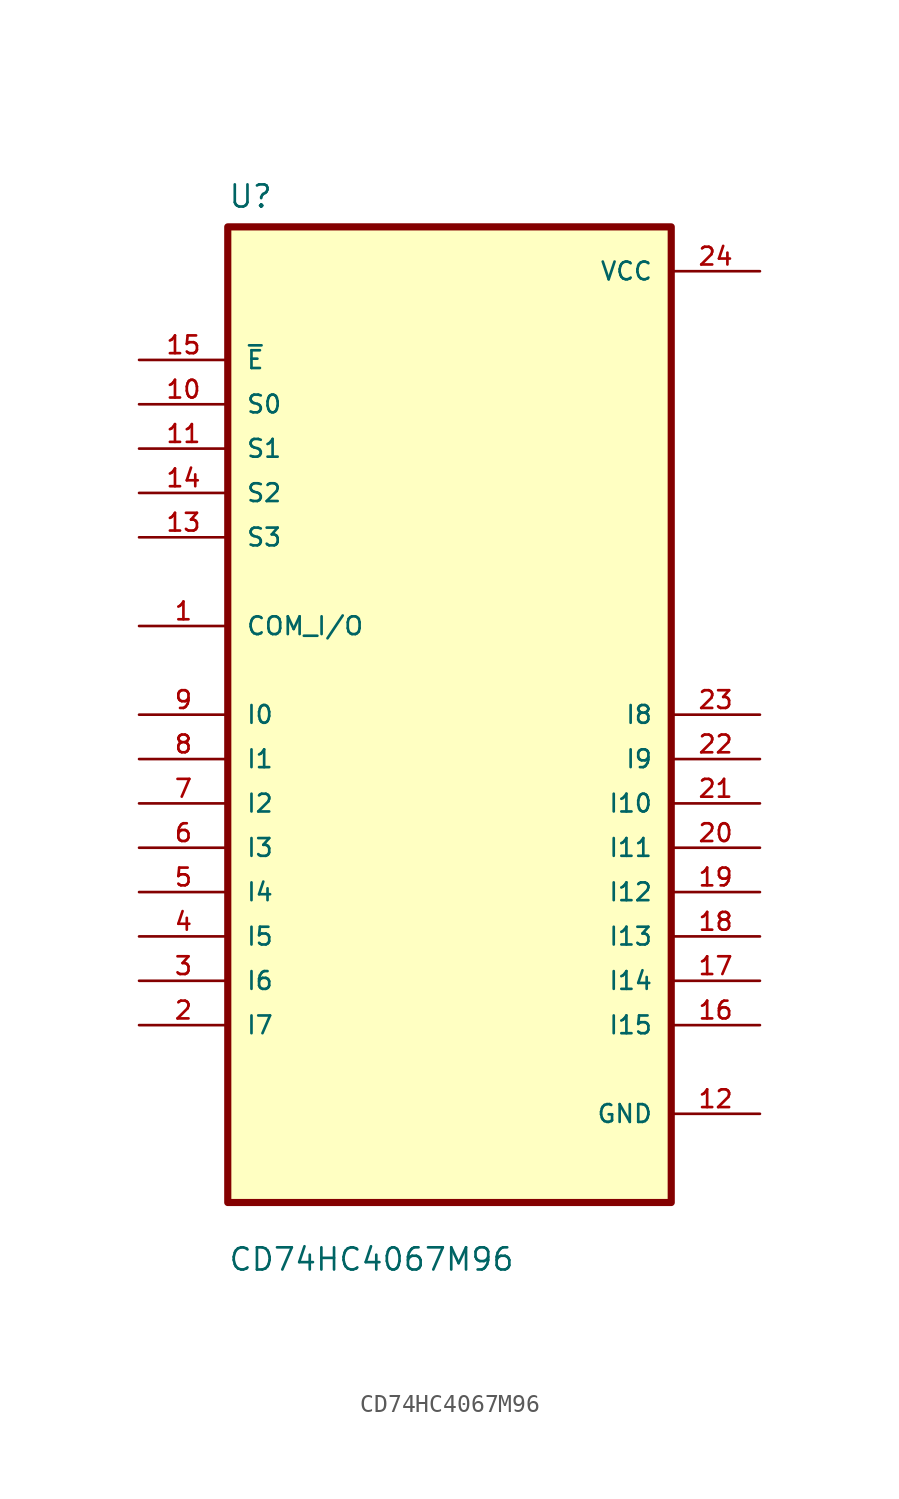
<source format=kicad_sym>
(kicad_symbol_lib
  (version 20211014)
  (generator kicad_symbol_editor)
  (symbol "CD74HC4067M96"
    (pin_names
      (offset 1.016))
    (property "Reference" "U"
      (at -12.7 28.94 0.0)
      (effects (font (size 1.27 1.27)) (justify bottom left)))
    (property "Value" "CD74HC4067M96"
      (at -12.7 -31.94 0.0)
      (effects (font (size 1.27 1.27)) (justify bottom left)))
    (symbol "CD74HC4067M96_0_0"
      (rectangle (start -12.7 -27.94) (end 12.7 27.94) (stroke (width 0.41)) (fill (type background)))
      (pin input line (at -17.78 20.32 0) (length 5.08) (name "~{E}" (effects (font (size 1.016 1.016)))) (number "15" (effects (font (size 1.016 1.016)))))
      (pin input line (at -17.78 17.78 0) (length 5.08) (name "S0" (effects (font (size 1.016 1.016)))) (number "10" (effects (font (size 1.016 1.016)))))
      (pin input line (at -17.78 15.24 0) (length 5.08) (name "S1" (effects (font (size 1.016 1.016)))) (number "11" (effects (font (size 1.016 1.016)))))
      (pin input line (at -17.78 12.7 0) (length 5.08) (name "S2" (effects (font (size 1.016 1.016)))) (number "14" (effects (font (size 1.016 1.016)))))
      (pin input line (at -17.78 10.16 0) (length 5.08) (name "S3" (effects (font (size 1.016 1.016)))) (number "13" (effects (font (size 1.016 1.016)))))
      (pin bidirectional line (at -17.78 5.08 0) (length 5.08) (name "COM_I/O" (effects (font (size 1.016 1.016)))) (number "1" (effects (font (size 1.016 1.016)))))
      (pin bidirectional line (at -17.78 3.55271e-15 0) (length 5.08) (name "I0" (effects (font (size 1.016 1.016)))) (number "9" (effects (font (size 1.016 1.016)))))
      (pin bidirectional line (at -17.78 -2.54 0) (length 5.08) (name "I1" (effects (font (size 1.016 1.016)))) (number "8" (effects (font (size 1.016 1.016)))))
      (pin bidirectional line (at -17.78 -5.08 0) (length 5.08) (name "I2" (effects (font (size 1.016 1.016)))) (number "7" (effects (font (size 1.016 1.016)))))
      (pin bidirectional line (at -17.78 -7.62 0) (length 5.08) (name "I3" (effects (font (size 1.016 1.016)))) (number "6" (effects (font (size 1.016 1.016)))))
      (pin bidirectional line (at -17.78 -10.16 0) (length 5.08) (name "I4" (effects (font (size 1.016 1.016)))) (number "5" (effects (font (size 1.016 1.016)))))
      (pin bidirectional line (at -17.78 -12.7 0) (length 5.08) (name "I5" (effects (font (size 1.016 1.016)))) (number "4" (effects (font (size 1.016 1.016)))))
      (pin bidirectional line (at -17.78 -15.24 0) (length 5.08) (name "I6" (effects (font (size 1.016 1.016)))) (number "3" (effects (font (size 1.016 1.016)))))
      (pin bidirectional line (at -17.78 -17.78 0) (length 5.08) (name "I7" (effects (font (size 1.016 1.016)))) (number "2" (effects (font (size 1.016 1.016)))))
      (pin power_in line (at 17.78 25.4 180.0) (length 5.08) (name "VCC" (effects (font (size 1.016 1.016)))) (number "24" (effects (font (size 1.016 1.016)))))
      (pin bidirectional line (at 17.78 0.0 180.0) (length 5.08) (name "I8" (effects (font (size 1.016 1.016)))) (number "23" (effects (font (size 1.016 1.016)))))
      (pin bidirectional line (at 17.78 -2.54 180.0) (length 5.08) (name "I9" (effects (font (size 1.016 1.016)))) (number "22" (effects (font (size 1.016 1.016)))))
      (pin bidirectional line (at 17.78 -5.08 180.0) (length 5.08) (name "I10" (effects (font (size 1.016 1.016)))) (number "21" (effects (font (size 1.016 1.016)))))
      (pin bidirectional line (at 17.78 -7.62 180.0) (length 5.08) (name "I11" (effects (font (size 1.016 1.016)))) (number "20" (effects (font (size 1.016 1.016)))))
      (pin bidirectional line (at 17.78 -10.16 180.0) (length 5.08) (name "I12" (effects (font (size 1.016 1.016)))) (number "19" (effects (font (size 1.016 1.016)))))
      (pin bidirectional line (at 17.78 -12.7 180.0) (length 5.08) (name "I13" (effects (font (size 1.016 1.016)))) (number "18" (effects (font (size 1.016 1.016)))))
      (pin bidirectional line (at 17.78 -15.24 180.0) (length 5.08) (name "I14" (effects (font (size 1.016 1.016)))) (number "17" (effects (font (size 1.016 1.016)))))
      (pin bidirectional line (at 17.78 -17.78 180.0) (length 5.08) (name "I15" (effects (font (size 1.016 1.016)))) (number "16" (effects (font (size 1.016 1.016)))))
      (pin power_in line (at 17.78 -22.86 180.0) (length 5.08) (name "GND" (effects (font (size 1.016 1.016)))) (number "12" (effects (font (size 1.016 1.016))))))))
</source>
